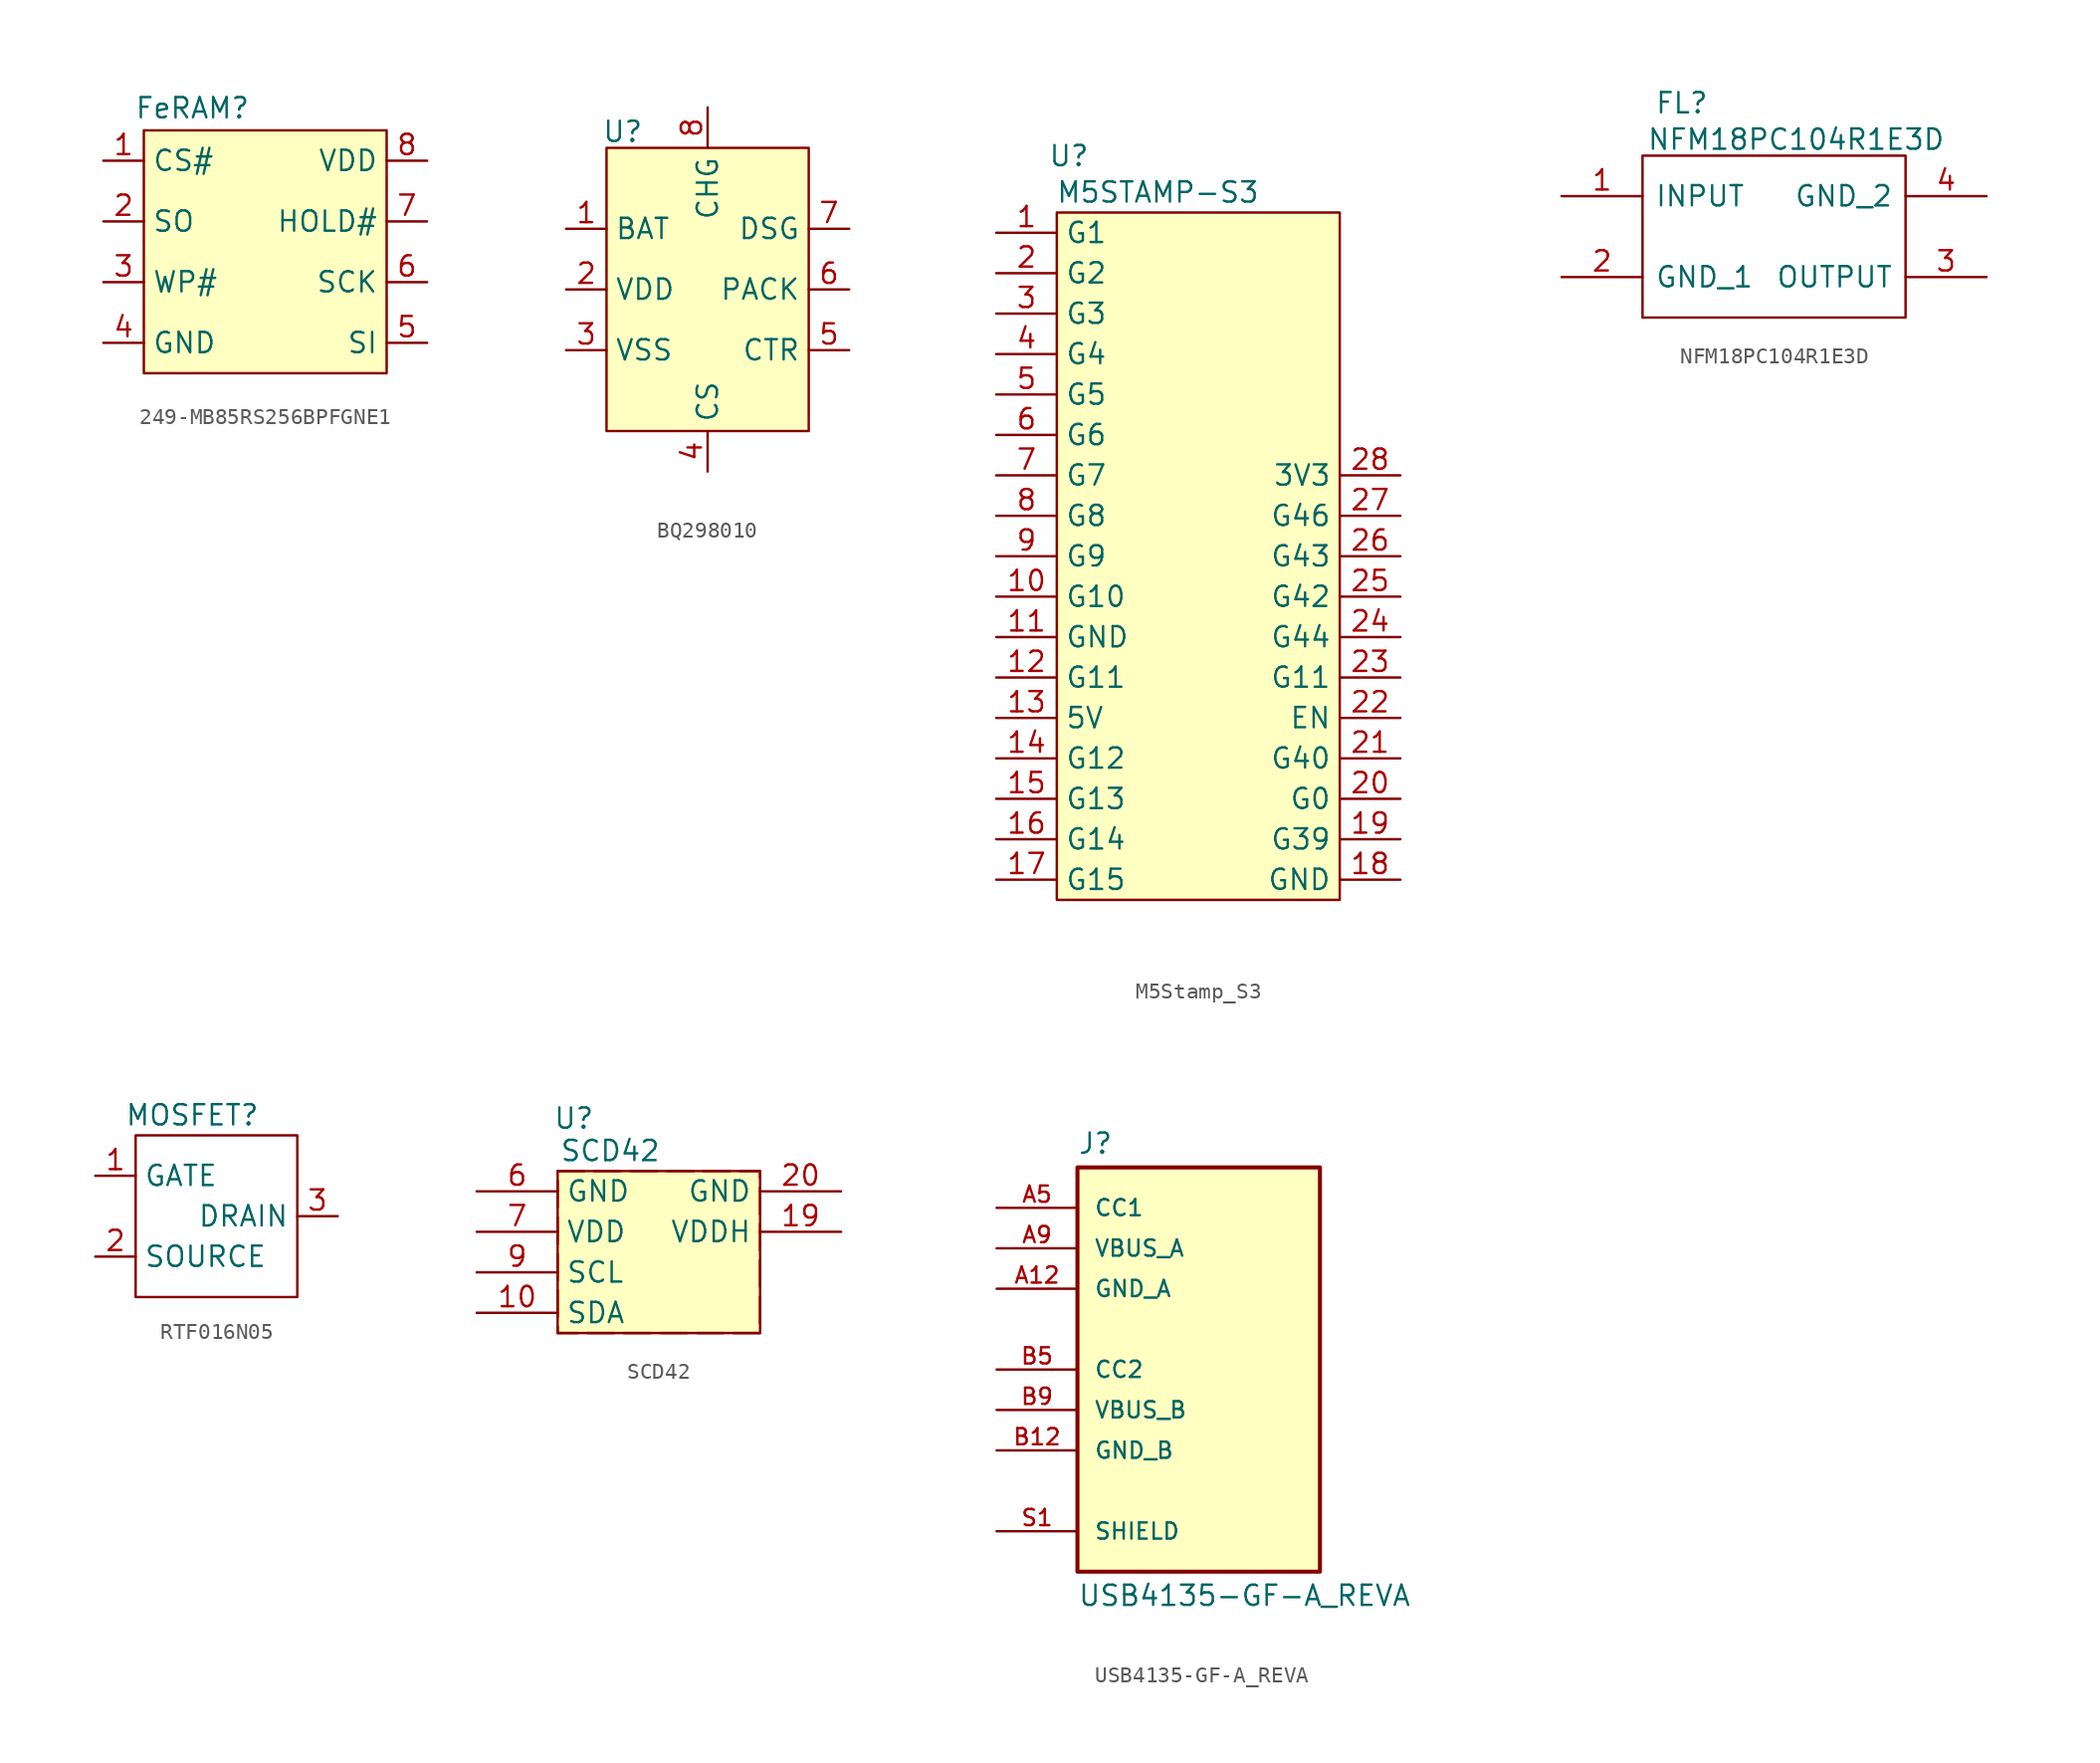
<source format=kicad_sym>
(kicad_symbol_lib
  (version 20241209)
  (generator "kicad_symbol_editor")
  (generator_version "9.0")
  (symbol "249-MB85RS256BPFGNE1"
    (property "Reference" "FeRAM"
      (at -3.302 9.652 0)
      (effects (font (size 1.27 1.27))))
    (property "Value" ""
      (at -2.039 -0.264 0)
      (effects (font (size 1.27 1.27))))
    (symbol "249-MB85RS256BPFGNE1_1_1"
      (rectangle (start -6.35 8.255) (end 8.89 -6.985) (stroke (width 0) (type solid)) (fill (type background)))
      (pin input line (at -8.89 6.35 0) (length 2.54) (name "CS#" (effects (font (size 1.27 1.27)))) (number "1" (effects (font (size 1.27 1.27)))))
      (pin output line (at -8.89 2.54 0) (length 2.54) (name "SO" (effects (font (size 1.27 1.27)))) (number "2" (effects (font (size 1.27 1.27)))))
      (pin input line (at -8.89 -1.27 0) (length 2.54) (name "WP#" (effects (font (size 1.27 1.27)))) (number "3" (effects (font (size 1.27 1.27)))))
      (pin power_in line (at -8.89 -5.08 0) (length 2.54) (name "GND" (effects (font (size 1.27 1.27)))) (number "4" (effects (font (size 1.27 1.27)))))
      (pin power_in line (at 11.43 6.35 180) (length 2.54) (name "VDD" (effects (font (size 1.27 1.27)))) (number "8" (effects (font (size 1.27 1.27)))))
      (pin input line (at 11.43 2.54 180) (length 2.54) (name "HOLD#" (effects (font (size 1.27 1.27)))) (number "7" (effects (font (size 1.27 1.27)))))
      (pin input line (at 11.43 -1.27 180) (length 2.54) (name "SCK" (effects (font (size 1.27 1.27)))) (number "6" (effects (font (size 1.27 1.27)))))
      (pin input line (at 11.43 -5.08 180) (length 2.54) (name "SI" (effects (font (size 1.27 1.27)))) (number "5" (effects (font (size 1.27 1.27)))))))
  (symbol "BQ298010"
    (property "Reference" "U"
      (at -5.334 9.906 0)
      (effects (font (size 1.27 1.27))))
    (property "Value" ""
      (at 0 0 0)
      (effects (font (size 1.27 1.27))))
    (symbol "BQ298010_1_1"
      (rectangle (start -6.35 8.89) (end 6.35 -8.89) (stroke (width 0) (type solid)) (fill (type background)))
      (pin input line (at -8.89 3.81 0) (length 2.54) (name "BAT" (effects (font (size 1.27 1.27)))) (number "1" (effects (font (size 1.27 1.27)))))
      (pin power_in line (at -8.89 0 0) (length 2.54) (name "VDD" (effects (font (size 1.27 1.27)))) (number "2" (effects (font (size 1.27 1.27)))))
      (pin power_in line (at -8.89 -3.81 0) (length 2.54) (name "VSS" (effects (font (size 1.27 1.27)))) (number "3" (effects (font (size 1.27 1.27)))))
      (pin output line (at 0 11.43 270) (length 2.54) (name "CHG" (effects (font (size 1.27 1.27)))) (number "8" (effects (font (size 1.27 1.27)))))
      (pin input line (at 0 -11.43 90) (length 2.54) (name "CS" (effects (font (size 1.27 1.27)))) (number "4" (effects (font (size 1.27 1.27)))))
      (pin output line (at 8.89 3.81 180) (length 2.54) (name "DSG" (effects (font (size 1.27 1.27)))) (number "7" (effects (font (size 1.27 1.27)))))
      (pin input line (at 8.89 0 180) (length 2.54) (name "PACK" (effects (font (size 1.27 1.27)))) (number "6" (effects (font (size 1.27 1.27)))))
      (pin input line (at 8.89 -3.81 180) (length 2.54) (name "CTR" (effects (font (size 1.27 1.27)))) (number "5" (effects (font (size 1.27 1.27)))))))
  (symbol "M5Stamp_S3"
    (property "Reference" "U"
      (at -8.128 25.146 0)
      (do_not_autoplace)
      (effects (font (size 1.27 1.27))))
    (property "Value" "M5STAMP-S3"
      (at -2.54 22.86 0)
      (effects (font (size 1.27 1.27))))
    (symbol "M5Stamp_S3_1_1"
      (rectangle (start -8.89 21.59) (end 8.89 -21.59) (stroke (width 0) (type solid)) (fill (type background)))
      (pin bidirectional line (at -12.7 20.32 0) (length 3.81) (name "G1" (effects (font (size 1.27 1.27)))) (number "1" (effects (font (size 1.27 1.27)))))
      (pin bidirectional line (at -12.7 17.78 0) (length 3.81) (name "G2" (effects (font (size 1.27 1.27)))) (number "2" (effects (font (size 1.27 1.27)))))
      (pin bidirectional line (at -12.7 15.24 0) (length 3.81) (name "G3" (effects (font (size 1.27 1.27)))) (number "3" (effects (font (size 1.27 1.27)))))
      (pin bidirectional line (at -12.7 12.7 0) (length 3.81) (name "G4" (effects (font (size 1.27 1.27)))) (number "4" (effects (font (size 1.27 1.27)))))
      (pin bidirectional line (at -12.7 10.16 0) (length 3.81) (name "G5" (effects (font (size 1.27 1.27)))) (number "5" (effects (font (size 1.27 1.27)))))
      (pin bidirectional line (at -12.7 7.62 0) (length 3.81) (name "G6" (effects (font (size 1.27 1.27)))) (number "6" (effects (font (size 1.27 1.27)))))
      (pin bidirectional line (at -12.7 5.08 0) (length 3.81) (name "G7" (effects (font (size 1.27 1.27)))) (number "7" (effects (font (size 1.27 1.27)))))
      (pin bidirectional line (at -12.7 2.54 0) (length 3.81) (name "G8" (effects (font (size 1.27 1.27)))) (number "8" (effects (font (size 1.27 1.27)))))
      (pin bidirectional line (at -12.7 0 0) (length 3.81) (name "G9" (effects (font (size 1.27 1.27)))) (number "9" (effects (font (size 1.27 1.27)))))
      (pin bidirectional line (at -12.7 -2.54 0) (length 3.81) (name "G10" (effects (font (size 1.27 1.27)))) (number "10" (effects (font (size 1.27 1.27)))))
      (pin power_out line (at -12.7 -5.08 0) (length 3.81) (name "GND" (effects (font (size 1.27 1.27)))) (number "11" (effects (font (size 1.27 1.27)))))
      (pin bidirectional line (at -12.7 -7.62 0) (length 3.81) (name "G11" (effects (font (size 1.27 1.27)))) (number "12" (effects (font (size 1.27 1.27)))))
      (pin power_in line (at -12.7 -10.16 0) (length 3.81) (name "5V" (effects (font (size 1.27 1.27)))) (number "13" (effects (font (size 1.27 1.27)))))
      (pin bidirectional line (at -12.7 -12.7 0) (length 3.81) (name "G12" (effects (font (size 1.27 1.27)))) (number "14" (effects (font (size 1.27 1.27)))))
      (pin bidirectional line (at -12.7 -15.24 0) (length 3.81) (name "G13" (effects (font (size 1.27 1.27)))) (number "15" (effects (font (size 1.27 1.27)))))
      (pin bidirectional line (at -12.7 -17.78 0) (length 3.81) (name "G14" (effects (font (size 1.27 1.27)))) (number "16" (effects (font (size 1.27 1.27)))))
      (pin bidirectional line (at -12.7 -20.32 0) (length 3.81) (name "G15" (effects (font (size 1.27 1.27)))) (number "17" (effects (font (size 1.27 1.27)))))
      (pin power_in line (at 12.7 5.08 180) (length 3.81) (name "3V3" (effects (font (size 1.27 1.27)))) (number "28" (effects (font (size 1.27 1.27)))))
      (pin bidirectional line (at 12.7 2.54 180) (length 3.81) (name "G46" (effects (font (size 1.27 1.27)))) (number "27" (effects (font (size 1.27 1.27)))))
      (pin bidirectional line (at 12.7 0 180) (length 3.81) (name "G43" (effects (font (size 1.27 1.27)))) (number "26" (effects (font (size 1.27 1.27)))))
      (pin bidirectional line (at 12.7 -2.54 180) (length 3.81) (name "G42" (effects (font (size 1.27 1.27)))) (number "25" (effects (font (size 1.27 1.27)))))
      (pin bidirectional line (at 12.7 -5.08 180) (length 3.81) (name "G44" (effects (font (size 1.27 1.27)))) (number "24" (effects (font (size 1.27 1.27)))))
      (pin bidirectional line (at 12.7 -7.62 180) (length 3.81) (name "G11" (effects (font (size 1.27 1.27)))) (number "23" (effects (font (size 1.27 1.27)))))
      (pin input line (at 12.7 -10.16 180) (length 3.81) (name "EN" (effects (font (size 1.27 1.27)))) (number "22" (effects (font (size 1.27 1.27)))))
      (pin bidirectional line (at 12.7 -12.7 180) (length 3.81) (name "G40" (effects (font (size 1.27 1.27)))) (number "21" (effects (font (size 1.27 1.27)))))
      (pin bidirectional line (at 12.7 -15.24 180) (length 3.81) (name "G0" (effects (font (size 1.27 1.27)))) (number "20" (effects (font (size 1.27 1.27)))))
      (pin bidirectional line (at 12.7 -17.78 180) (length 3.81) (name "G39" (effects (font (size 1.27 1.27)))) (number "19" (effects (font (size 1.27 1.27)))))
      (pin power_in line (at 12.7 -20.32 180) (length 3.81) (name "GND" (effects (font (size 1.27 1.27)))) (number "18" (effects (font (size 1.27 1.27)))))))
  (symbol "NFM18PC104R1E3D"
    (pin_names
      (offset 0.762))
    (property "Reference" "FL"
      (at 10.922 13.462 0)
      (effects (font (size 1.27 1.27)) (justify left)))
    (property "Value" "NFM18PC104R1E3D"
      (at 10.414 11.176 0)
      (effects (font (size 1.27 1.27)) (justify left)))
    (symbol "NFM18PC104R1E3D_0_0"
      (pin passive line (at 5.08 7.62 0) (length 5.08) (name "INPUT" (effects (font (size 1.27 1.27)))) (number "1" (effects (font (size 1.27 1.27)))))
      (pin passive line (at 5.08 2.54 0) (length 5.08) (name "GND_1" (effects (font (size 1.27 1.27)))) (number "2" (effects (font (size 1.27 1.27)))))
      (pin passive line (at 31.75 7.62 180) (length 5.08) (name "GND_2" (effects (font (size 1.27 1.27)))) (number "4" (effects (font (size 1.27 1.27)))))
      (pin passive line (at 31.75 2.54 180) (length 5.08) (name "OUTPUT" (effects (font (size 1.27 1.27)))) (number "3" (effects (font (size 1.27 1.27))))))
    (symbol "NFM18PC104R1E3D_0_1"
      (rectangle (start 10.16 10.16) (end 26.67 0) (stroke (width 0) (type default)) (fill (type none)))))
  (symbol "RTF016N05"
    (property "Reference" "MOSFET"
      (at -1.524 6.35 0)
      (effects (font (size 1.27 1.27))))
    (property "Value" ""
      (at 0 0 0)
      (effects (font (size 1.27 1.27))))
    (symbol "RTF016N05_0_1"
      (rectangle (start -5.08 5.08) (end 5.08 -5.08) (stroke (width 0) (type default)) (fill (type none))))
    (symbol "RTF016N05_1_1"
      (pin input line (at -7.62 2.54 0) (length 2.54) (name "GATE" (effects (font (size 1.27 1.27)))) (number "1" (effects (font (size 1.27 1.27)))))
      (pin input line (at -7.62 -2.54 0) (length 2.54) (name "SOURCE" (effects (font (size 1.27 1.27)))) (number "2" (effects (font (size 1.27 1.27)))))
      (pin output line (at 7.62 0 180) (length 2.54) (name "DRAIN" (effects (font (size 1.27 1.27)))) (number "3" (effects (font (size 1.27 1.27)))))))
  (symbol "SCD42"
    (property "Reference" "U"
      (at -5.334 8.382 0)
      (do_not_autoplace)
      (effects (font (size 1.27 1.27))))
    (property "Value" "SCD42"
      (at -3.048 6.35 0)
      (effects (font (size 1.27 1.27))))
    (symbol "SCD42_0_1"
      (rectangle (start -6.35 5.08) (end 6.35 -5.08) (stroke (width 0) (type default)) (fill (type none))))
    (symbol "SCD42_1_1"
      (rectangle (start -6.35 5.08) (end 6.35 -5.08) (stroke (width 0) (type dash)) (fill (type background)))
      (pin power_in line (at -11.43 3.81 0) (length 5.08) (name "GND" (effects (font (size 1.27 1.27)))) (number "6" (effects (font (size 1.27 1.27)))))
      (pin power_in line (at -11.43 1.27 0) (length 5.08) (name "VDD" (effects (font (size 1.27 1.27)))) (number "7" (effects (font (size 1.27 1.27)))))
      (pin input line (at -11.43 -1.27 0) (length 5.08) (name "SCL" (effects (font (size 1.27 1.27)))) (number "9" (effects (font (size 1.27 1.27)))))
      (pin bidirectional line (at -11.43 -3.81 0) (length 5.08) (name "SDA" (effects (font (size 1.27 1.27)))) (number "10" (effects (font (size 1.27 1.27)))))
      (pin power_in line (at 11.43 3.81 180) (length 5.08) (name "GND" (effects (font (size 1.27 1.27)))) (number "20" (effects (font (size 1.27 1.27)))))
      (pin power_in line (at 11.43 1.27 180) (length 5.08) (name "VDDH" (effects (font (size 1.27 1.27)))) (number "19" (effects (font (size 1.27 1.27)))))))
  (symbol "USB4135-GF-A_REVA"
    (pin_names
      (offset 1.016))
    (property "Reference" "J"
      (at -7.62 13.462 0)
      (effects (font (size 1.27 1.27)) (justify left bottom)))
    (property "Value" "USB4135-GF-A_REVA"
      (at -7.62 -13.462 0)
      (effects (font (size 1.27 1.27)) (justify left top)))
    (symbol "USB4135-GF-A_REVA_0_0"
      (rectangle (start -7.62 12.7) (end 7.62 -12.7) (stroke (width 0.254) (type default)) (fill (type background)))
      (pin bidirectional line (at -12.7 10.16 0) (length 5.08) (name "CC1" (effects (font (size 1.016 1.016)))) (number "A5" (effects (font (size 1.016 1.016)))))
      (pin power_in line (at -12.7 7.62 0) (length 5.08) (name "VBUS_A" (effects (font (size 1.016 1.016)))) (number "A9" (effects (font (size 1.016 1.016)))))
      (pin power_in line (at -12.7 5.08 0) (length 5.08) (name "GND_A" (effects (font (size 1.016 1.016)))) (number "A12" (effects (font (size 1.016 1.016)))))
      (pin bidirectional line (at -12.7 0 0) (length 5.08) (name "CC2" (effects (font (size 1.016 1.016)))) (number "B5" (effects (font (size 1.016 1.016)))))
      (pin power_in line (at -12.7 -2.54 0) (length 5.08) (name "VBUS_B" (effects (font (size 1.016 1.016)))) (number "B9" (effects (font (size 1.016 1.016)))))
      (pin power_in line (at -12.7 -5.08 0) (length 5.08) (name "GND_B" (effects (font (size 1.016 1.016)))) (number "B12" (effects (font (size 1.016 1.016)))))
      (pin passive line (at -12.7 -10.16 0) (length 5.08) (name "SHIELD" (effects (font (size 1.016 1.016)))) (number "S1" (effects (font (size 1.016 1.016))))))))
</source>
